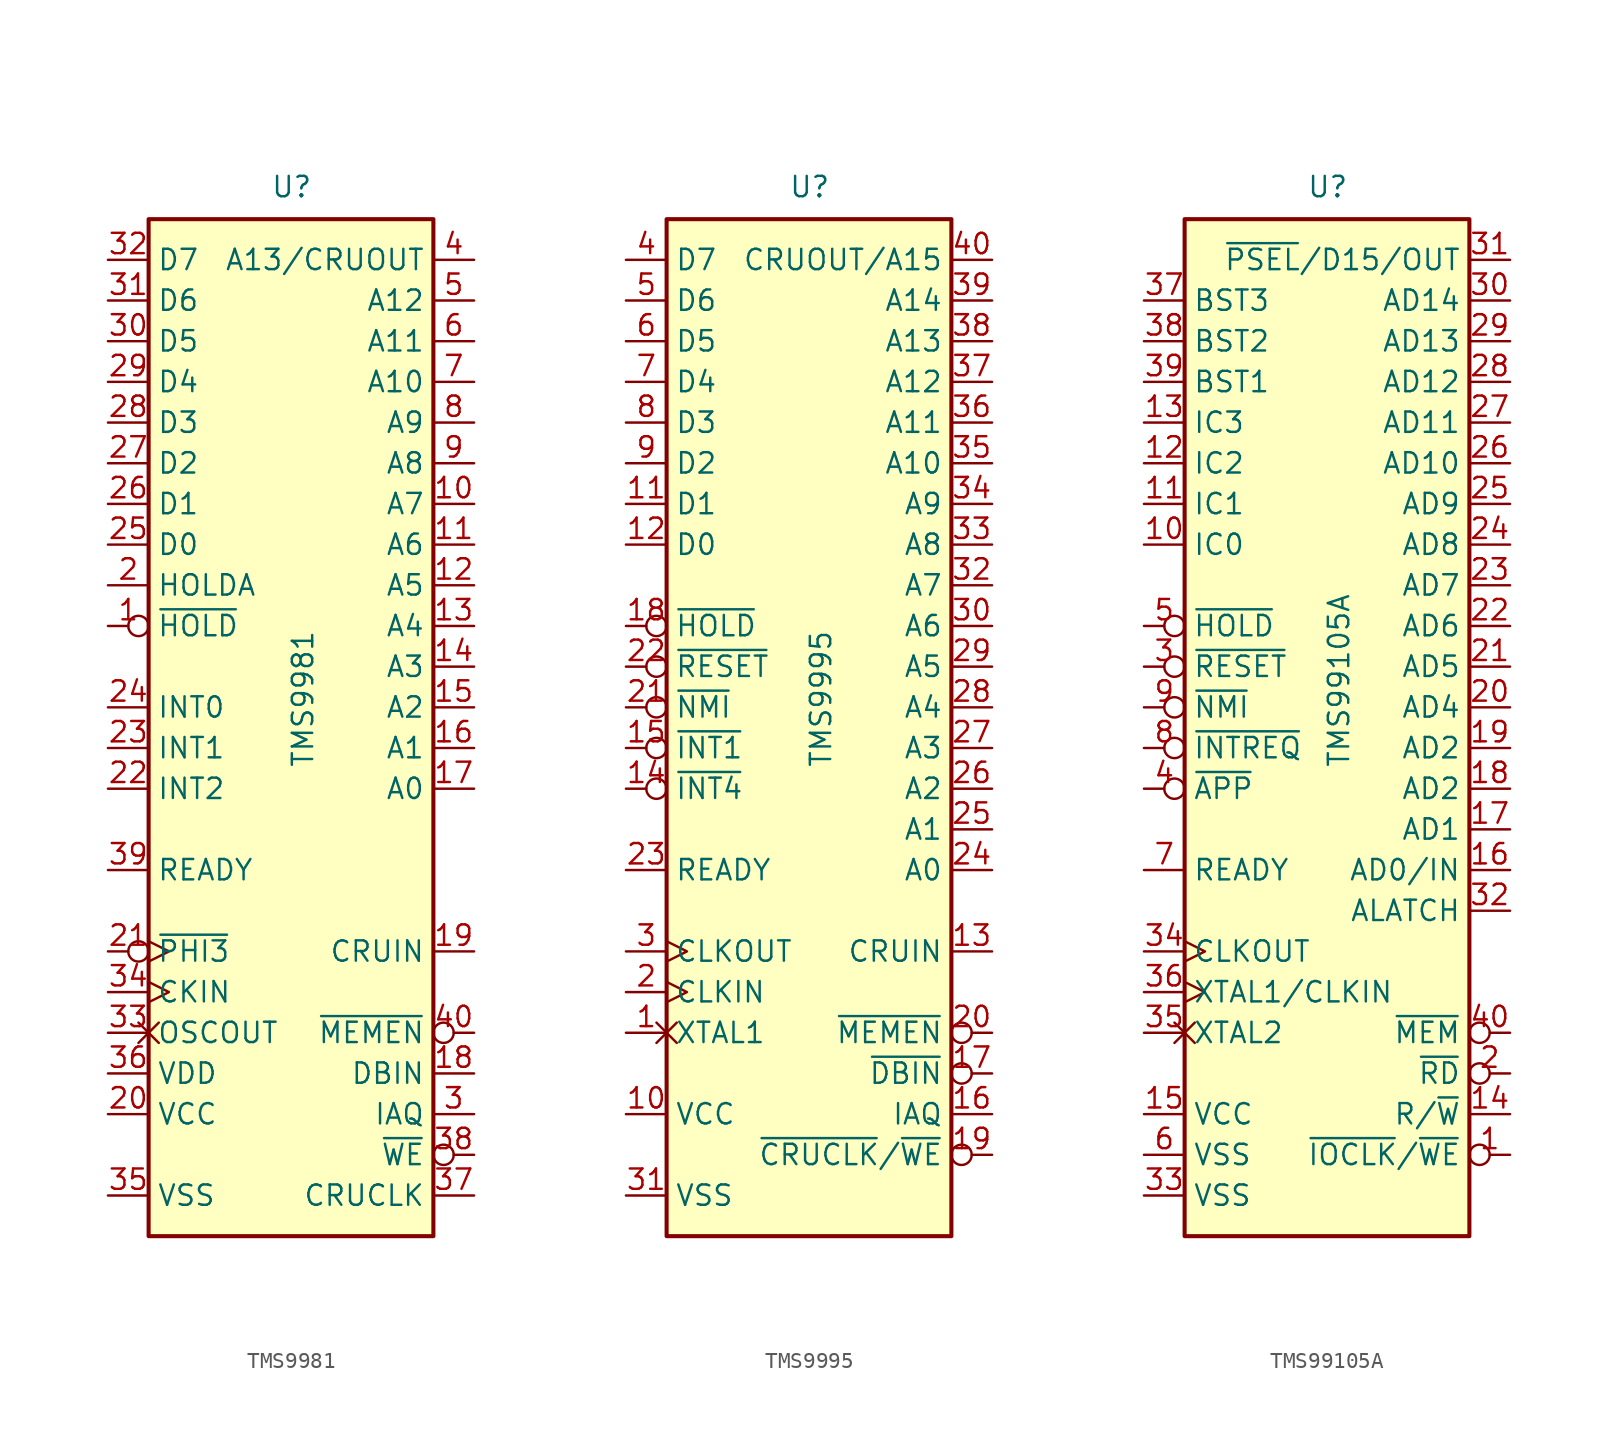
<source format=kicad_sym>
(kicad_symbol_lib
  (version 20220914)
  (generator kicad_symbol_editor)
  (symbol "TMS9981"
    (property "Reference" "U"
      (at -1.27 31.75 0)
      (effects (font (size 1.27 1.27)) (justify left bottom)))
    (property "Value" "TMS9981"
      (at 0 -3.81 90)
      (effects (font (size 1.27 1.27)) (justify left top)))
    (symbol "TMS9981_0_1"
      (rectangle (start -8.89 -33.02) (end 8.89 30.48) (stroke (width 0.254) (type default)) (fill (type background))))
    (symbol "TMS9981_1_1"
      (pin input inverted (at -11.43 5.08 0) (length 2.54) (name "~{HOLD}" (effects (font (size 1.27 1.27)))) (number "1" (effects (font (size 1.27 1.27)))))
      (pin output line (at 11.43 12.7 180) (length 2.54) (name "A7" (effects (font (size 1.27 1.27)))) (number "10" (effects (font (size 1.27 1.27)))))
      (pin output line (at 11.43 10.16 180) (length 2.54) (name "A6" (effects (font (size 1.27 1.27)))) (number "11" (effects (font (size 1.27 1.27)))))
      (pin output line (at 11.43 7.62 180) (length 2.54) (name "A5" (effects (font (size 1.27 1.27)))) (number "12" (effects (font (size 1.27 1.27)))))
      (pin output line (at 11.43 5.08 180) (length 2.54) (name "A4" (effects (font (size 1.27 1.27)))) (number "13" (effects (font (size 1.27 1.27)))))
      (pin output line (at 11.43 2.54 180) (length 2.54) (name "A3" (effects (font (size 1.27 1.27)))) (number "14" (effects (font (size 1.27 1.27)))))
      (pin output line (at 11.43 0 180) (length 2.54) (name "A2" (effects (font (size 1.27 1.27)))) (number "15" (effects (font (size 1.27 1.27)))))
      (pin output line (at 11.43 -2.54 180) (length 2.54) (name "A1" (effects (font (size 1.27 1.27)))) (number "16" (effects (font (size 1.27 1.27)))))
      (pin output line (at 11.43 -5.08 180) (length 2.54) (name "A0" (effects (font (size 1.27 1.27)))) (number "17" (effects (font (size 1.27 1.27)))))
      (pin output line (at 11.43 -22.86 180) (length 2.54) (name "DBIN" (effects (font (size 1.27 1.27)))) (number "18" (effects (font (size 1.27 1.27)))))
      (pin input line (at 11.43 -15.24 180) (length 2.54) (name "CRUIN" (effects (font (size 1.27 1.27)))) (number "19" (effects (font (size 1.27 1.27)))))
      (pin output line (at -11.43 7.62 0) (length 2.54) (name "HOLDA" (effects (font (size 1.27 1.27)))) (number "2" (effects (font (size 1.27 1.27)))))
      (pin power_in line (at -11.43 -25.4 0) (length 2.54) (name "VCC" (effects (font (size 1.27 1.27)))) (number "20" (effects (font (size 1.27 1.27)))))
      (pin output inverted_clock (at -11.43 -15.24 0) (length 2.54) (name "~{PHI3}" (effects (font (size 1.27 1.27)))) (number "21" (effects (font (size 1.27 1.27)))))
      (pin input line (at -11.43 -5.08 0) (length 2.54) (name "INT2" (effects (font (size 1.27 1.27)))) (number "22" (effects (font (size 1.27 1.27)))))
      (pin input line (at -11.43 -2.54 0) (length 2.54) (name "INT1" (effects (font (size 1.27 1.27)))) (number "23" (effects (font (size 1.27 1.27)))))
      (pin input line (at -11.43 0 0) (length 2.54) (name "INT0" (effects (font (size 1.27 1.27)))) (number "24" (effects (font (size 1.27 1.27)))))
      (pin bidirectional line (at -11.43 10.16 0) (length 2.54) (name "D0" (effects (font (size 1.27 1.27)))) (number "25" (effects (font (size 1.27 1.27)))))
      (pin bidirectional line (at -11.43 12.7 0) (length 2.54) (name "D1" (effects (font (size 1.27 1.27)))) (number "26" (effects (font (size 1.27 1.27)))))
      (pin bidirectional line (at -11.43 15.24 0) (length 2.54) (name "D2" (effects (font (size 1.27 1.27)))) (number "27" (effects (font (size 1.27 1.27)))))
      (pin bidirectional line (at -11.43 17.78 0) (length 2.54) (name "D3" (effects (font (size 1.27 1.27)))) (number "28" (effects (font (size 1.27 1.27)))))
      (pin bidirectional line (at -11.43 20.32 0) (length 2.54) (name "D4" (effects (font (size 1.27 1.27)))) (number "29" (effects (font (size 1.27 1.27)))))
      (pin output line (at 11.43 -25.4 180) (length 2.54) (name "IAQ" (effects (font (size 1.27 1.27)))) (number "3" (effects (font (size 1.27 1.27)))))
      (pin bidirectional line (at -11.43 22.86 0) (length 2.54) (name "D5" (effects (font (size 1.27 1.27)))) (number "30" (effects (font (size 1.27 1.27)))))
      (pin bidirectional line (at -11.43 25.4 0) (length 2.54) (name "D6" (effects (font (size 1.27 1.27)))) (number "31" (effects (font (size 1.27 1.27)))))
      (pin bidirectional line (at -11.43 27.94 0) (length 2.54) (name "D7" (effects (font (size 1.27 1.27)))) (number "32" (effects (font (size 1.27 1.27)))))
      (pin passive non_logic (at -11.43 -20.32 0) (length 2.54) (name "OSCOUT" (effects (font (size 1.27 1.27)))) (number "33" (effects (font (size 1.27 1.27)))))
      (pin input clock (at -11.43 -17.78 0) (length 2.54) (name "CKIN" (effects (font (size 1.27 1.27)))) (number "34" (effects (font (size 1.27 1.27)))))
      (pin power_in line (at -11.43 -30.48 0) (length 2.54) (name "VSS" (effects (font (size 1.27 1.27)))) (number "35" (effects (font (size 1.27 1.27)))))
      (pin power_in line (at -11.43 -22.86 0) (length 2.54) (name "VDD" (effects (font (size 1.27 1.27)))) (number "36" (effects (font (size 1.27 1.27)))))
      (pin output line (at 11.43 -30.48 180) (length 2.54) (name "CRUCLK" (effects (font (size 1.27 1.27)))) (number "37" (effects (font (size 1.27 1.27)))))
      (pin output inverted (at 11.43 -27.94 180) (length 2.54) (name "~{WE}" (effects (font (size 1.27 1.27)))) (number "38" (effects (font (size 1.27 1.27)))))
      (pin input line (at -11.43 -10.16 0) (length 2.54) (name "READY" (effects (font (size 1.27 1.27)))) (number "39" (effects (font (size 1.27 1.27)))))
      (pin output line (at 11.43 27.94 180) (length 2.54) (name "A13/CRUOUT" (effects (font (size 1.27 1.27)))) (number "4" (effects (font (size 1.27 1.27)))))
      (pin output inverted (at 11.43 -20.32 180) (length 2.54) (name "~{MEMEN}" (effects (font (size 1.27 1.27)))) (number "40" (effects (font (size 1.27 1.27)))))
      (pin output line (at 11.43 25.4 180) (length 2.54) (name "A12" (effects (font (size 1.27 1.27)))) (number "5" (effects (font (size 1.27 1.27)))))
      (pin output line (at 11.43 22.86 180) (length 2.54) (name "A11" (effects (font (size 1.27 1.27)))) (number "6" (effects (font (size 1.27 1.27)))))
      (pin output line (at 11.43 20.32 180) (length 2.54) (name "A10" (effects (font (size 1.27 1.27)))) (number "7" (effects (font (size 1.27 1.27)))))
      (pin output line (at 11.43 17.78 180) (length 2.54) (name "A9" (effects (font (size 1.27 1.27)))) (number "8" (effects (font (size 1.27 1.27)))))
      (pin output line (at 11.43 15.24 180) (length 2.54) (name "A8" (effects (font (size 1.27 1.27)))) (number "9" (effects (font (size 1.27 1.27)))))))
  (symbol "TMS9995"
    (property "Reference" "U"
      (at -1.27 31.75 0)
      (effects (font (size 1.27 1.27)) (justify left bottom)))
    (property "Value" "TMS9995"
      (at 0 -3.81 90)
      (effects (font (size 1.27 1.27)) (justify left top)))
    (symbol "TMS9995_0_1"
      (rectangle (start -8.89 -33.02) (end 8.89 30.48) (stroke (width 0.254) (type default)) (fill (type background))))
    (symbol "TMS9995_1_1"
      (pin passive non_logic (at -11.43 -20.32 0) (length 2.54) (name "XTAL1" (effects (font (size 1.27 1.27)))) (number "1" (effects (font (size 1.27 1.27)))))
      (pin power_in line (at -11.43 -25.4 0) (length 2.54) (name "VCC" (effects (font (size 1.27 1.27)))) (number "10" (effects (font (size 1.27 1.27)))))
      (pin bidirectional line (at -11.43 12.7 0) (length 2.54) (name "D1" (effects (font (size 1.27 1.27)))) (number "11" (effects (font (size 1.27 1.27)))))
      (pin bidirectional line (at -11.43 10.16 0) (length 2.54) (name "D0" (effects (font (size 1.27 1.27)))) (number "12" (effects (font (size 1.27 1.27)))))
      (pin input line (at 11.43 -15.24 180) (length 2.54) (name "CRUIN" (effects (font (size 1.27 1.27)))) (number "13" (effects (font (size 1.27 1.27)))))
      (pin input inverted (at -11.43 -5.08 0) (length 2.54) (name "~{INT4}" (effects (font (size 1.27 1.27)))) (number "14" (effects (font (size 1.27 1.27)))))
      (pin input inverted (at -11.43 -2.54 0) (length 2.54) (name "~{INT1}" (effects (font (size 1.27 1.27)))) (number "15" (effects (font (size 1.27 1.27)))))
      (pin output line (at 11.43 -25.4 180) (length 2.54) (name "IAQ" (effects (font (size 1.27 1.27)))) (number "16" (effects (font (size 1.27 1.27)))))
      (pin output inverted (at 11.43 -22.86 180) (length 2.54) (name "~{DBIN}" (effects (font (size 1.27 1.27)))) (number "17" (effects (font (size 1.27 1.27)))))
      (pin input inverted (at -11.43 5.08 0) (length 2.54) (name "~{HOLD}" (effects (font (size 1.27 1.27)))) (number "18" (effects (font (size 1.27 1.27)))))
      (pin output inverted (at 11.43 -27.94 180) (length 2.54) (name "~{CRUCLK}/~{WE}" (effects (font (size 1.27 1.27)))) (number "19" (effects (font (size 1.27 1.27)))))
      (pin input clock (at -11.43 -17.78 0) (length 2.54) (name "CLKIN" (effects (font (size 1.27 1.27)))) (number "2" (effects (font (size 1.27 1.27)))))
      (pin output inverted (at 11.43 -20.32 180) (length 2.54) (name "~{MEMEN}" (effects (font (size 1.27 1.27)))) (number "20" (effects (font (size 1.27 1.27)))))
      (pin input inverted (at -11.43 0 0) (length 2.54) (name "~{NMI}" (effects (font (size 1.27 1.27)))) (number "21" (effects (font (size 1.27 1.27)))))
      (pin input inverted (at -11.43 2.54 0) (length 2.54) (name "~{RESET}" (effects (font (size 1.27 1.27)))) (number "22" (effects (font (size 1.27 1.27)))))
      (pin input line (at -11.43 -10.16 0) (length 2.54) (name "READY" (effects (font (size 1.27 1.27)))) (number "23" (effects (font (size 1.27 1.27)))))
      (pin output line (at 11.43 -10.16 180) (length 2.54) (name "A0" (effects (font (size 1.27 1.27)))) (number "24" (effects (font (size 1.27 1.27)))))
      (pin output line (at 11.43 -7.62 180) (length 2.54) (name "A1" (effects (font (size 1.27 1.27)))) (number "25" (effects (font (size 1.27 1.27)))))
      (pin output line (at 11.43 -5.08 180) (length 2.54) (name "A2" (effects (font (size 1.27 1.27)))) (number "26" (effects (font (size 1.27 1.27)))))
      (pin output line (at 11.43 -2.54 180) (length 2.54) (name "A3" (effects (font (size 1.27 1.27)))) (number "27" (effects (font (size 1.27 1.27)))))
      (pin output line (at 11.43 0 180) (length 2.54) (name "A4" (effects (font (size 1.27 1.27)))) (number "28" (effects (font (size 1.27 1.27)))))
      (pin output line (at 11.43 2.54 180) (length 2.54) (name "A5" (effects (font (size 1.27 1.27)))) (number "29" (effects (font (size 1.27 1.27)))))
      (pin output clock (at -11.43 -15.24 0) (length 2.54) (name "CLKOUT" (effects (font (size 1.27 1.27)))) (number "3" (effects (font (size 1.27 1.27)))))
      (pin output line (at 11.43 5.08 180) (length 2.54) (name "A6" (effects (font (size 1.27 1.27)))) (number "30" (effects (font (size 1.27 1.27)))))
      (pin power_in line (at -11.43 -30.48 0) (length 2.54) (name "VSS" (effects (font (size 1.27 1.27)))) (number "31" (effects (font (size 1.27 1.27)))))
      (pin output line (at 11.43 7.62 180) (length 2.54) (name "A7" (effects (font (size 1.27 1.27)))) (number "32" (effects (font (size 1.27 1.27)))))
      (pin output line (at 11.43 10.16 180) (length 2.54) (name "A8" (effects (font (size 1.27 1.27)))) (number "33" (effects (font (size 1.27 1.27)))))
      (pin output line (at 11.43 12.7 180) (length 2.54) (name "A9" (effects (font (size 1.27 1.27)))) (number "34" (effects (font (size 1.27 1.27)))))
      (pin output line (at 11.43 15.24 180) (length 2.54) (name "A10" (effects (font (size 1.27 1.27)))) (number "35" (effects (font (size 1.27 1.27)))))
      (pin output line (at 11.43 17.78 180) (length 2.54) (name "A11" (effects (font (size 1.27 1.27)))) (number "36" (effects (font (size 1.27 1.27)))))
      (pin output line (at 11.43 20.32 180) (length 2.54) (name "A12" (effects (font (size 1.27 1.27)))) (number "37" (effects (font (size 1.27 1.27)))))
      (pin output line (at 11.43 22.86 180) (length 2.54) (name "A13" (effects (font (size 1.27 1.27)))) (number "38" (effects (font (size 1.27 1.27)))))
      (pin output line (at 11.43 25.4 180) (length 2.54) (name "A14" (effects (font (size 1.27 1.27)))) (number "39" (effects (font (size 1.27 1.27)))))
      (pin bidirectional line (at -11.43 27.94 0) (length 2.54) (name "D7" (effects (font (size 1.27 1.27)))) (number "4" (effects (font (size 1.27 1.27)))))
      (pin output line (at 11.43 27.94 180) (length 2.54) (name "CRUOUT/A15" (effects (font (size 1.27 1.27)))) (number "40" (effects (font (size 1.27 1.27)))))
      (pin bidirectional line (at -11.43 25.4 0) (length 2.54) (name "D6" (effects (font (size 1.27 1.27)))) (number "5" (effects (font (size 1.27 1.27)))))
      (pin bidirectional line (at -11.43 22.86 0) (length 2.54) (name "D5" (effects (font (size 1.27 1.27)))) (number "6" (effects (font (size 1.27 1.27)))))
      (pin bidirectional line (at -11.43 20.32 0) (length 2.54) (name "D4" (effects (font (size 1.27 1.27)))) (number "7" (effects (font (size 1.27 1.27)))))
      (pin bidirectional line (at -11.43 17.78 0) (length 2.54) (name "D3" (effects (font (size 1.27 1.27)))) (number "8" (effects (font (size 1.27 1.27)))))
      (pin bidirectional line (at -11.43 15.24 0) (length 2.54) (name "D2" (effects (font (size 1.27 1.27)))) (number "9" (effects (font (size 1.27 1.27)))))))
  (symbol "TMS99105A"
    (property "Reference" "U"
      (at -1.27 31.75 0)
      (effects (font (size 1.27 1.27)) (justify left bottom)))
    (property "Value" "TMS99105A"
      (at 0 -3.81 90)
      (effects (font (size 1.27 1.27)) (justify left top)))
    (symbol "TMS99105A_0_1"
      (rectangle (start -8.89 -33.02) (end 8.89 30.48) (stroke (width 0.254) (type default)) (fill (type background))))
    (symbol "TMS99105A_1_1"
      (pin output inverted (at 11.43 -27.94 180) (length 2.54) (name "~{IOCLK}/~{WE}" (effects (font (size 1.27 1.27)))) (number "1" (effects (font (size 1.27 1.27)))))
      (pin input line (at -11.43 10.16 0) (length 2.54) (name "IC0" (effects (font (size 1.27 1.27)))) (number "10" (effects (font (size 1.27 1.27)))))
      (pin input line (at -11.43 12.7 0) (length 2.54) (name "IC1" (effects (font (size 1.27 1.27)))) (number "11" (effects (font (size 1.27 1.27)))))
      (pin input line (at -11.43 15.24 0) (length 2.54) (name "IC2" (effects (font (size 1.27 1.27)))) (number "12" (effects (font (size 1.27 1.27)))))
      (pin input line (at -11.43 17.78 0) (length 2.54) (name "IC3" (effects (font (size 1.27 1.27)))) (number "13" (effects (font (size 1.27 1.27)))))
      (pin output line (at 11.43 -25.4 180) (length 2.54) (name "R/~{W}" (effects (font (size 1.27 1.27)))) (number "14" (effects (font (size 1.27 1.27)))))
      (pin power_in line (at -11.43 -25.4 0) (length 2.54) (name "VCC" (effects (font (size 1.27 1.27)))) (number "15" (effects (font (size 1.27 1.27)))))
      (pin output line (at 11.43 -10.16 180) (length 2.54) (name "AD0/IN" (effects (font (size 1.27 1.27)))) (number "16" (effects (font (size 1.27 1.27)))))
      (pin output line (at 11.43 -7.62 180) (length 2.54) (name "AD1" (effects (font (size 1.27 1.27)))) (number "17" (effects (font (size 1.27 1.27)))))
      (pin output line (at 11.43 -5.08 180) (length 2.54) (name "AD2" (effects (font (size 1.27 1.27)))) (number "18" (effects (font (size 1.27 1.27)))))
      (pin output line (at 11.43 -2.54 180) (length 2.54) (name "AD2" (effects (font (size 1.27 1.27)))) (number "19" (effects (font (size 1.27 1.27)))))
      (pin output inverted (at 11.43 -22.86 180) (length 2.54) (name "~{RD}" (effects (font (size 1.27 1.27)))) (number "2" (effects (font (size 1.27 1.27)))))
      (pin output line (at 11.43 0 180) (length 2.54) (name "AD4" (effects (font (size 1.27 1.27)))) (number "20" (effects (font (size 1.27 1.27)))))
      (pin output line (at 11.43 2.54 180) (length 2.54) (name "AD5" (effects (font (size 1.27 1.27)))) (number "21" (effects (font (size 1.27 1.27)))))
      (pin output line (at 11.43 5.08 180) (length 2.54) (name "AD6" (effects (font (size 1.27 1.27)))) (number "22" (effects (font (size 1.27 1.27)))))
      (pin output line (at 11.43 7.62 180) (length 2.54) (name "AD7" (effects (font (size 1.27 1.27)))) (number "23" (effects (font (size 1.27 1.27)))))
      (pin output line (at 11.43 10.16 180) (length 2.54) (name "AD8" (effects (font (size 1.27 1.27)))) (number "24" (effects (font (size 1.27 1.27)))))
      (pin output line (at 11.43 12.7 180) (length 2.54) (name "AD9" (effects (font (size 1.27 1.27)))) (number "25" (effects (font (size 1.27 1.27)))))
      (pin output line (at 11.43 15.24 180) (length 2.54) (name "AD10" (effects (font (size 1.27 1.27)))) (number "26" (effects (font (size 1.27 1.27)))))
      (pin output line (at 11.43 17.78 180) (length 2.54) (name "AD11" (effects (font (size 1.27 1.27)))) (number "27" (effects (font (size 1.27 1.27)))))
      (pin output line (at 11.43 20.32 180) (length 2.54) (name "AD12" (effects (font (size 1.27 1.27)))) (number "28" (effects (font (size 1.27 1.27)))))
      (pin output line (at 11.43 22.86 180) (length 2.54) (name "AD13" (effects (font (size 1.27 1.27)))) (number "29" (effects (font (size 1.27 1.27)))))
      (pin input inverted (at -11.43 2.54 0) (length 2.54) (name "~{RESET}" (effects (font (size 1.27 1.27)))) (number "3" (effects (font (size 1.27 1.27)))))
      (pin output line (at 11.43 25.4 180) (length 2.54) (name "AD14" (effects (font (size 1.27 1.27)))) (number "30" (effects (font (size 1.27 1.27)))))
      (pin output line (at 11.43 27.94 180) (length 2.54) (name "~{PSEL}/D15/OUT" (effects (font (size 1.27 1.27)))) (number "31" (effects (font (size 1.27 1.27)))))
      (pin output line (at 11.43 -12.7 180) (length 2.54) (name "ALATCH" (effects (font (size 1.27 1.27)))) (number "32" (effects (font (size 1.27 1.27)))))
      (pin power_in line (at -11.43 -30.48 0) (length 2.54) (name "VSS" (effects (font (size 1.27 1.27)))) (number "33" (effects (font (size 1.27 1.27)))))
      (pin output clock (at -11.43 -15.24 0) (length 2.54) (name "CLKOUT" (effects (font (size 1.27 1.27)))) (number "34" (effects (font (size 1.27 1.27)))))
      (pin passive non_logic (at -11.43 -20.32 0) (length 2.54) (name "XTAL2" (effects (font (size 1.27 1.27)))) (number "35" (effects (font (size 1.27 1.27)))))
      (pin input clock (at -11.43 -17.78 0) (length 2.54) (name "XTAL1/CLKIN" (effects (font (size 1.27 1.27)))) (number "36" (effects (font (size 1.27 1.27)))))
      (pin output line (at -11.43 25.4 0) (length 2.54) (name "BST3" (effects (font (size 1.27 1.27)))) (number "37" (effects (font (size 1.27 1.27)))))
      (pin output line (at -11.43 22.86 0) (length 2.54) (name "BST2" (effects (font (size 1.27 1.27)))) (number "38" (effects (font (size 1.27 1.27)))))
      (pin output line (at -11.43 20.32 0) (length 2.54) (name "BST1" (effects (font (size 1.27 1.27)))) (number "39" (effects (font (size 1.27 1.27)))))
      (pin input inverted (at -11.43 -5.08 0) (length 2.54) (name "~{APP}" (effects (font (size 1.27 1.27)))) (number "4" (effects (font (size 1.27 1.27)))))
      (pin output inverted (at 11.43 -20.32 180) (length 2.54) (name "~{MEM}" (effects (font (size 1.27 1.27)))) (number "40" (effects (font (size 1.27 1.27)))))
      (pin input inverted (at -11.43 5.08 0) (length 2.54) (name "~{HOLD}" (effects (font (size 1.27 1.27)))) (number "5" (effects (font (size 1.27 1.27)))))
      (pin power_in line (at -11.43 -27.94 0) (length 2.54) (name "VSS" (effects (font (size 1.27 1.27)))) (number "6" (effects (font (size 1.27 1.27)))))
      (pin input line (at -11.43 -10.16 0) (length 2.54) (name "READY" (effects (font (size 1.27 1.27)))) (number "7" (effects (font (size 1.27 1.27)))))
      (pin input inverted (at -11.43 -2.54 0) (length 2.54) (name "~{INTREQ}" (effects (font (size 1.27 1.27)))) (number "8" (effects (font (size 1.27 1.27)))))
      (pin input inverted (at -11.43 0 0) (length 2.54) (name "~{NMI}" (effects (font (size 1.27 1.27)))) (number "9" (effects (font (size 1.27 1.27))))))))
</source>
